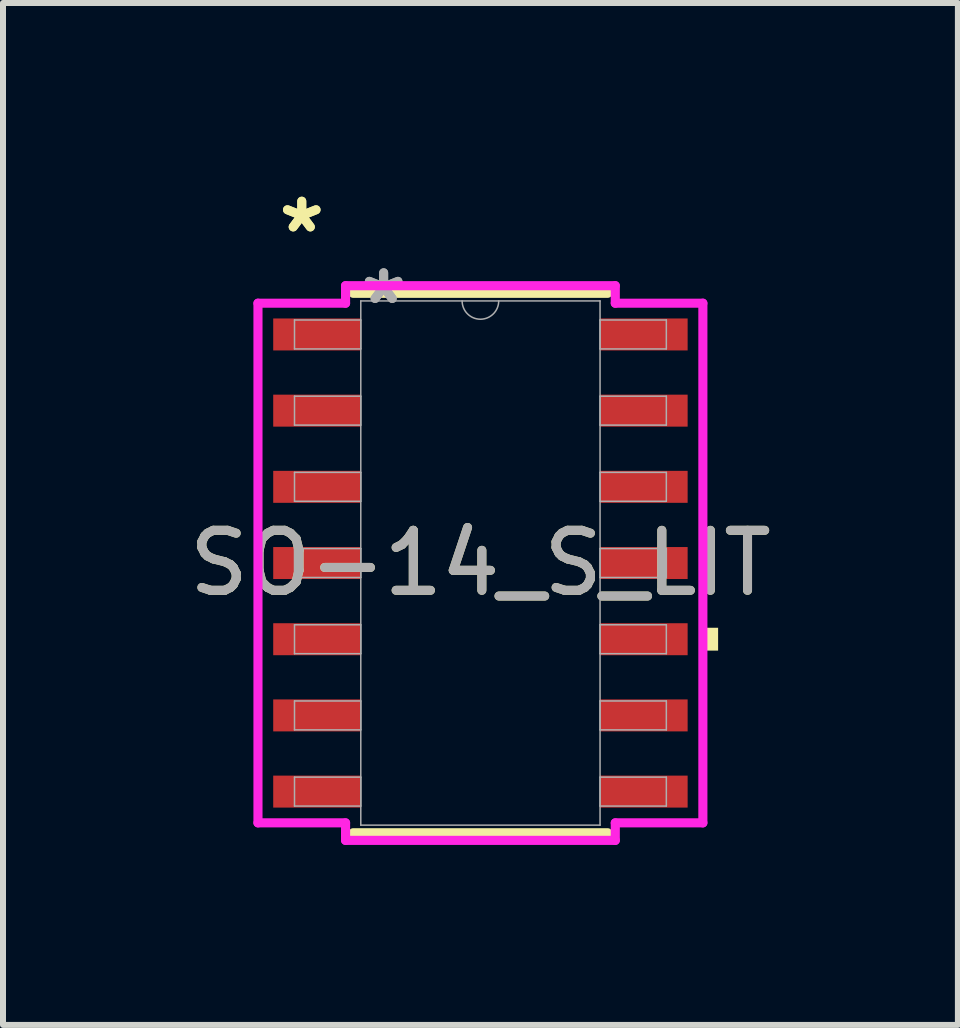
<source format=kicad_pcb>
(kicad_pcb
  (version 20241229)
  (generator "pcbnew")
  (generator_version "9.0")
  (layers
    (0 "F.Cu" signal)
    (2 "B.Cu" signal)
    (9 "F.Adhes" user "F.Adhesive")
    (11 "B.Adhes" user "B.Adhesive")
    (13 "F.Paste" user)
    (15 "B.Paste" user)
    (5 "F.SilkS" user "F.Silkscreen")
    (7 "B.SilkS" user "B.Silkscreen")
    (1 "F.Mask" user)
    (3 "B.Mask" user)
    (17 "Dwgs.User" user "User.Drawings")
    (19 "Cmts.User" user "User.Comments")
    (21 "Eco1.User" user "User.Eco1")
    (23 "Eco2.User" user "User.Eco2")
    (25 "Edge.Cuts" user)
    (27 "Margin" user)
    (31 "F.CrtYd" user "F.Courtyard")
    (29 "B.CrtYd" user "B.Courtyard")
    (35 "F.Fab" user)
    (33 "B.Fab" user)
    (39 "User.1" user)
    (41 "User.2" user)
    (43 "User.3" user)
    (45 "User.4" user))
  (footprint "SO-14_S_LIT"
    (layer "F.Cu")
    (at 4.958 6.335)
    (property "Reference" "SO-14_S_LIT" (at 0 0 0) (unlocked yes) (layer "F.SilkS") (effects (font (size 1 1) (thickness 0.15))))
    (attr smd)
    (fp_line (start -2.121 4.496) (end 2.121 4.496) (stroke (width 0.152) (type solid)) (layer "F.SilkS"))
    (fp_line (start 2.121 -4.496) (end -2.121 -4.496) (stroke (width 0.152) (type solid)) (layer "F.SilkS"))
    (fp_poly (pts (xy 3.962 1.079) (xy 3.962 1.46) (xy 3.708 1.46) (xy 3.708 1.079)) (stroke (width 0) (type solid)) (fill yes) (layer "F.SilkS"))
    (fp_line (start -3.708 -4.331) (end -2.248 -4.331) (stroke (width 0.152) (type solid)) (layer "F.CrtYd"))
    (fp_line (start -3.708 4.331) (end -3.708 -4.331) (stroke (width 0.152) (type solid)) (layer "F.CrtYd"))
    (fp_line (start -3.708 4.331) (end -2.248 4.331) (stroke (width 0.152) (type solid)) (layer "F.CrtYd"))
    (fp_line (start -2.248 -4.623) (end 2.248 -4.623) (stroke (width 0.152) (type solid)) (layer "F.CrtYd"))
    (fp_line (start -2.248 -4.331) (end -2.248 -4.623) (stroke (width 0.152) (type solid)) (layer "F.CrtYd"))
    (fp_line (start -2.248 4.623) (end -2.248 4.331) (stroke (width 0.152) (type solid)) (layer "F.CrtYd"))
    (fp_line (start 2.248 -4.623) (end 2.248 -4.331) (stroke (width 0.152) (type solid)) (layer "F.CrtYd"))
    (fp_line (start 2.248 4.331) (end 2.248 4.623) (stroke (width 0.152) (type solid)) (layer "F.CrtYd"))
    (fp_line (start 2.248 4.623) (end -2.248 4.623) (stroke (width 0.152) (type solid)) (layer "F.CrtYd"))
    (fp_line (start 3.708 -4.331) (end 2.248 -4.331) (stroke (width 0.152) (type solid)) (layer "F.CrtYd"))
    (fp_line (start 3.708 -4.331) (end 3.708 4.331) (stroke (width 0.152) (type solid)) (layer "F.CrtYd"))
    (fp_line (start 3.708 4.331) (end 2.248 4.331) (stroke (width 0.152) (type solid)) (layer "F.CrtYd"))
    (fp_line (start -3.099 -4.051) (end -3.099 -3.569) (stroke (width 0.025) (type solid)) (layer "F.Fab"))
    (fp_line (start -3.099 -3.569) (end -1.994 -3.569) (stroke (width 0.025) (type solid)) (layer "F.Fab"))
    (fp_line (start -3.099 -2.781) (end -3.099 -2.299) (stroke (width 0.025) (type solid)) (layer "F.Fab"))
    (fp_line (start -3.099 -2.299) (end -1.994 -2.299) (stroke (width 0.025) (type solid)) (layer "F.Fab"))
    (fp_line (start -3.099 -1.511) (end -3.099 -1.029) (stroke (width 0.025) (type solid)) (layer "F.Fab"))
    (fp_line (start -3.099 -1.029) (end -1.994 -1.029) (stroke (width 0.025) (type solid)) (layer "F.Fab"))
    (fp_line (start -3.099 -0.241) (end -3.099 0.241) (stroke (width 0.025) (type solid)) (layer "F.Fab"))
    (fp_line (start -3.099 0.241) (end -1.994 0.241) (stroke (width 0.025) (type solid)) (layer "F.Fab"))
    (fp_line (start -3.099 1.029) (end -3.099 1.511) (stroke (width 0.025) (type solid)) (layer "F.Fab"))
    (fp_line (start -3.099 1.511) (end -1.994 1.511) (stroke (width 0.025) (type solid)) (layer "F.Fab"))
    (fp_line (start -3.099 2.299) (end -3.099 2.781) (stroke (width 0.025) (type solid)) (layer "F.Fab"))
    (fp_line (start -3.099 2.781) (end -1.994 2.781) (stroke (width 0.025) (type solid)) (layer "F.Fab"))
    (fp_line (start -3.099 3.569) (end -3.099 4.051) (stroke (width 0.025) (type solid)) (layer "F.Fab"))
    (fp_line (start -3.099 4.051) (end -1.994 4.051) (stroke (width 0.025) (type solid)) (layer "F.Fab"))
    (fp_line (start -1.994 -4.369) (end -1.994 4.369) (stroke (width 0.025) (type solid)) (layer "F.Fab"))
    (fp_line (start -1.994 -4.051) (end -3.099 -4.051) (stroke (width 0.025) (type solid)) (layer "F.Fab"))
    (fp_line (start -1.994 -3.569) (end -1.994 -4.051) (stroke (width 0.025) (type solid)) (layer "F.Fab"))
    (fp_line (start -1.994 -2.781) (end -3.099 -2.781) (stroke (width 0.025) (type solid)) (layer "F.Fab"))
    (fp_line (start -1.994 -2.299) (end -1.994 -2.781) (stroke (width 0.025) (type solid)) (layer "F.Fab"))
    (fp_line (start -1.994 -1.511) (end -3.099 -1.511) (stroke (width 0.025) (type solid)) (layer "F.Fab"))
    (fp_line (start -1.994 -1.029) (end -1.994 -1.511) (stroke (width 0.025) (type solid)) (layer "F.Fab"))
    (fp_line (start -1.994 -0.241) (end -3.099 -0.241) (stroke (width 0.025) (type solid)) (layer "F.Fab"))
    (fp_line (start -1.994 0.241) (end -1.994 -0.241) (stroke (width 0.025) (type solid)) (layer "F.Fab"))
    (fp_line (start -1.994 1.029) (end -3.099 1.029) (stroke (width 0.025) (type solid)) (layer "F.Fab"))
    (fp_line (start -1.994 1.511) (end -1.994 1.029) (stroke (width 0.025) (type solid)) (layer "F.Fab"))
    (fp_line (start -1.994 2.299) (end -3.099 2.299) (stroke (width 0.025) (type solid)) (layer "F.Fab"))
    (fp_line (start -1.994 2.781) (end -1.994 2.299) (stroke (width 0.025) (type solid)) (layer "F.Fab"))
    (fp_line (start -1.994 3.569) (end -3.099 3.569) (stroke (width 0.025) (type solid)) (layer "F.Fab"))
    (fp_line (start -1.994 4.051) (end -1.994 3.569) (stroke (width 0.025) (type solid)) (layer "F.Fab"))
    (fp_line (start -1.994 4.369) (end 1.994 4.369) (stroke (width 0.025) (type solid)) (layer "F.Fab"))
    (fp_line (start 1.994 -4.369) (end -1.994 -4.369) (stroke (width 0.025) (type solid)) (layer "F.Fab"))
    (fp_line (start 1.994 -4.051) (end 1.994 -3.569) (stroke (width 0.025) (type solid)) (layer "F.Fab"))
    (fp_line (start 1.994 -3.569) (end 3.099 -3.569) (stroke (width 0.025) (type solid)) (layer "F.Fab"))
    (fp_line (start 1.994 -2.781) (end 1.994 -2.299) (stroke (width 0.025) (type solid)) (layer "F.Fab"))
    (fp_line (start 1.994 -2.299) (end 3.099 -2.299) (stroke (width 0.025) (type solid)) (layer "F.Fab"))
    (fp_line (start 1.994 -1.511) (end 1.994 -1.029) (stroke (width 0.025) (type solid)) (layer "F.Fab"))
    (fp_line (start 1.994 -1.029) (end 3.099 -1.029) (stroke (width 0.025) (type solid)) (layer "F.Fab"))
    (fp_line (start 1.994 -0.241) (end 1.994 0.241) (stroke (width 0.025) (type solid)) (layer "F.Fab"))
    (fp_line (start 1.994 0.241) (end 3.099 0.241) (stroke (width 0.025) (type solid)) (layer "F.Fab"))
    (fp_line (start 1.994 1.029) (end 1.994 1.511) (stroke (width 0.025) (type solid)) (layer "F.Fab"))
    (fp_line (start 1.994 1.511) (end 3.099 1.511) (stroke (width 0.025) (type solid)) (layer "F.Fab"))
    (fp_line (start 1.994 2.299) (end 1.994 2.781) (stroke (width 0.025) (type solid)) (layer "F.Fab"))
    (fp_line (start 1.994 2.781) (end 3.099 2.781) (stroke (width 0.025) (type solid)) (layer "F.Fab"))
    (fp_line (start 1.994 3.569) (end 1.994 4.051) (stroke (width 0.025) (type solid)) (layer "F.Fab"))
    (fp_line (start 1.994 4.051) (end 3.099 4.051) (stroke (width 0.025) (type solid)) (layer "F.Fab"))
    (fp_line (start 1.994 4.369) (end 1.994 -4.369) (stroke (width 0.025) (type solid)) (layer "F.Fab"))
    (fp_line (start 3.099 -4.051) (end 1.994 -4.051) (stroke (width 0.025) (type solid)) (layer "F.Fab"))
    (fp_line (start 3.099 -3.569) (end 3.099 -4.051) (stroke (width 0.025) (type solid)) (layer "F.Fab"))
    (fp_line (start 3.099 -2.781) (end 1.994 -2.781) (stroke (width 0.025) (type solid)) (layer "F.Fab"))
    (fp_line (start 3.099 -2.299) (end 3.099 -2.781) (stroke (width 0.025) (type solid)) (layer "F.Fab"))
    (fp_line (start 3.099 -1.511) (end 1.994 -1.511) (stroke (width 0.025) (type solid)) (layer "F.Fab"))
    (fp_line (start 3.099 -1.029) (end 3.099 -1.511) (stroke (width 0.025) (type solid)) (layer "F.Fab"))
    (fp_line (start 3.099 -0.241) (end 1.994 -0.241) (stroke (width 0.025) (type solid)) (layer "F.Fab"))
    (fp_line (start 3.099 0.241) (end 3.099 -0.241) (stroke (width 0.025) (type solid)) (layer "F.Fab"))
    (fp_line (start 3.099 1.029) (end 1.994 1.029) (stroke (width 0.025) (type solid)) (layer "F.Fab"))
    (fp_line (start 3.099 1.511) (end 3.099 1.029) (stroke (width 0.025) (type solid)) (layer "F.Fab"))
    (fp_line (start 3.099 2.299) (end 1.994 2.299) (stroke (width 0.025) (type solid)) (layer "F.Fab"))
    (fp_line (start 3.099 2.781) (end 3.099 2.299) (stroke (width 0.025) (type solid)) (layer "F.Fab"))
    (fp_line (start 3.099 3.569) (end 1.994 3.569) (stroke (width 0.025) (type solid)) (layer "F.Fab"))
    (fp_line (start 3.099 4.051) (end 3.099 3.569) (stroke (width 0.025) (type solid)) (layer "F.Fab"))
    (fp_arc (start 0.3048 -4.3688) (mid 0 -4.064) (end -0.3048 -4.3688) (stroke (width 0.0254) (type solid)) (layer "F.Fab"))
    (fp_text user "*" (at -2.978 -5.486 0) (layer "F.SilkS") (effects (font (size 1 1) (thickness 0.15))))
    (fp_text user "*" (at -2.978 -5.486 0) (unlocked yes) (layer "F.SilkS") (effects (font (size 1 1) (thickness 0.15))))
    (fp_text user "${REFERENCE}" (at 0 0 0) (unlocked yes) (layer "F.Fab") (effects (font (size 1 1) (thickness 0.15))))
    (fp_text user "*" (at -1.613 -4.293 0) (unlocked yes) (layer "F.Fab") (effects (font (size 1 1) (thickness 0.15))))
    (fp_text user "*" (at -1.613 -4.293 0) (layer "F.Fab") (effects (font (size 1 1) (thickness 0.15))))
    (pad "1" smd rect (at -2.724 -3.81) (size 1.46 0.533) (layers "F.Cu" "F.Mask" "F.Paste"))
    (pad "2" smd rect (at -2.724 -2.54) (size 1.46 0.533) (layers "F.Cu" "F.Mask" "F.Paste"))
    (pad "3" smd rect (at -2.724 -1.27) (size 1.46 0.533) (layers "F.Cu" "F.Mask" "F.Paste"))
    (pad "4" smd rect (at -2.724 0) (size 1.46 0.533) (layers "F.Cu" "F.Mask" "F.Paste"))
    (pad "5" smd rect (at -2.724 1.27) (size 1.46 0.533) (layers "F.Cu" "F.Mask" "F.Paste"))
    (pad "6" smd rect (at -2.724 2.54) (size 1.46 0.533) (layers "F.Cu" "F.Mask" "F.Paste"))
    (pad "7" smd rect (at -2.724 3.81) (size 1.46 0.533) (layers "F.Cu" "F.Mask" "F.Paste"))
    (pad "8" smd rect (at 2.724 3.81) (size 1.46 0.533) (layers "F.Cu" "F.Mask" "F.Paste"))
    (pad "9" smd rect (at 2.724 2.54) (size 1.46 0.533) (layers "F.Cu" "F.Mask" "F.Paste"))
    (pad "10" smd rect (at 2.724 1.27) (size 1.46 0.533) (layers "F.Cu" "F.Mask" "F.Paste"))
    (pad "11" smd rect (at 2.724 0) (size 1.46 0.533) (layers "F.Cu" "F.Mask" "F.Paste"))
    (pad "12" smd rect (at 2.724 -1.27) (size 1.46 0.533) (layers "F.Cu" "F.Mask" "F.Paste"))
    (pad "13" smd rect (at 2.724 -2.54) (size 1.46 0.533) (layers "F.Cu" "F.Mask" "F.Paste"))
    (pad "14" smd rect (at 2.724 -3.81) (size 1.46 0.533) (layers "F.Cu" "F.Mask" "F.Paste")))
  (gr_rect
    (start -3 -3)
    (end 12.917 14.034)
    (stroke (width 0.1) (type default))
    (fill no)
    (layer "Edge.Cuts")))
</source>
